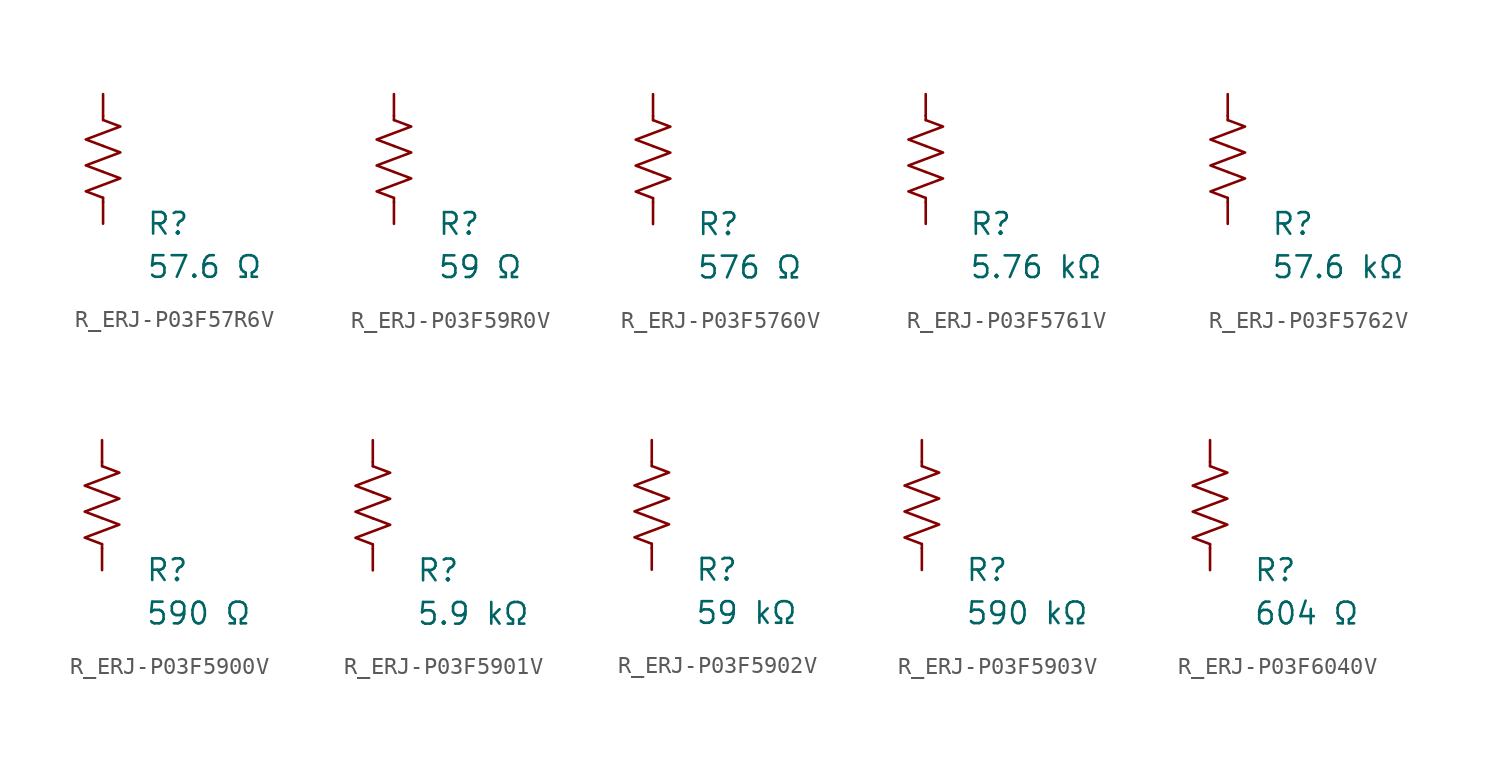
<source format=kicad_sym>
(kicad_symbol_lib
  (version 20231120)
  (generator "kicad_symbol_editor")
  (generator_version "8.0")
  (symbol "R_ERJ-P03F57R6V"
    (pin_numbers hide)
    (pin_names
      (offset 0))
    (property "Reference" "R"
      (at 2.54 -3.81 0)
      (effects (font (size 1.27 1.27)) (justify left))
      (show_name no))
    (property "Value" "57.6 Ω"
      (at 2.54 -6.35 0)
      (effects (font (size 1.27 1.27)) (justify left))
      (show_name no))
    (symbol "R_ERJ-P03F57R6V_0_1"
      (polyline (pts (xy 0 -2.286) (xy 0 -2.54)) (stroke (width 0) (type default)) (fill (type none)))
      (polyline (pts (xy 0 2.286) (xy 0 2.54)) (stroke (width 0) (type default)) (fill (type none)))
      (polyline (pts (xy 0 -0.762) (xy 1.016 -1.143) (xy 0 -1.524) (xy -1.016 -1.905) (xy 0 -2.286)) (stroke (width 0) (type default)) (fill (type none)))
      (polyline (pts (xy 0 0.762) (xy 1.016 0.381) (xy 0 0) (xy -1.016 -0.381) (xy 0 -0.762)) (stroke (width 0) (type default)) (fill (type none)))
      (polyline (pts (xy 0 2.286) (xy 1.016 1.905) (xy 0 1.524) (xy -1.016 1.143) (xy 0 0.762)) (stroke (width 0) (type default)) (fill (type none))))
    (symbol "R_ERJ-P03F57R6V_1_1"
      (pin passive line (at 0 3.81 270) (length 1.27) (name "~" (effects (font (size 1.27 1.27)))) (number "1" (effects (font (size 1.27 1.27)))))
      (pin passive line (at 0 -3.81 90) (length 1.27) (name "~" (effects (font (size 1.27 1.27)))) (number "2" (effects (font (size 1.27 1.27)))))))
  (symbol "R_ERJ-P03F59R0V"
    (pin_numbers hide)
    (pin_names
      (offset 0))
    (property "Reference" "R"
      (at 2.54 -3.81 0)
      (effects (font (size 1.27 1.27)) (justify left))
      (show_name no))
    (property "Value" "59 Ω"
      (at 2.54 -6.35 0)
      (effects (font (size 1.27 1.27)) (justify left))
      (show_name no))
    (symbol "R_ERJ-P03F59R0V_0_1"
      (polyline (pts (xy 0 -2.286) (xy 0 -2.54)) (stroke (width 0) (type default)) (fill (type none)))
      (polyline (pts (xy 0 2.286) (xy 0 2.54)) (stroke (width 0) (type default)) (fill (type none)))
      (polyline (pts (xy 0 -0.762) (xy 1.016 -1.143) (xy 0 -1.524) (xy -1.016 -1.905) (xy 0 -2.286)) (stroke (width 0) (type default)) (fill (type none)))
      (polyline (pts (xy 0 0.762) (xy 1.016 0.381) (xy 0 0) (xy -1.016 -0.381) (xy 0 -0.762)) (stroke (width 0) (type default)) (fill (type none)))
      (polyline (pts (xy 0 2.286) (xy 1.016 1.905) (xy 0 1.524) (xy -1.016 1.143) (xy 0 0.762)) (stroke (width 0) (type default)) (fill (type none))))
    (symbol "R_ERJ-P03F59R0V_1_1"
      (pin passive line (at 0 3.81 270) (length 1.27) (name "~" (effects (font (size 1.27 1.27)))) (number "1" (effects (font (size 1.27 1.27)))))
      (pin passive line (at 0 -3.81 90) (length 1.27) (name "~" (effects (font (size 1.27 1.27)))) (number "2" (effects (font (size 1.27 1.27)))))))
  (symbol "R_ERJ-P03F5760V"
    (pin_numbers hide)
    (pin_names
      (offset 0))
    (property "Reference" "R"
      (at 2.54 -3.81 0)
      (effects (font (size 1.27 1.27)) (justify left))
      (show_name no))
    (property "Value" "576 Ω"
      (at 2.54 -6.35 0)
      (effects (font (size 1.27 1.27)) (justify left))
      (show_name no))
    (symbol "R_ERJ-P03F5760V_0_1"
      (polyline (pts (xy 0 -2.286) (xy 0 -2.54)) (stroke (width 0) (type default)) (fill (type none)))
      (polyline (pts (xy 0 2.286) (xy 0 2.54)) (stroke (width 0) (type default)) (fill (type none)))
      (polyline (pts (xy 0 -0.762) (xy 1.016 -1.143) (xy 0 -1.524) (xy -1.016 -1.905) (xy 0 -2.286)) (stroke (width 0) (type default)) (fill (type none)))
      (polyline (pts (xy 0 0.762) (xy 1.016 0.381) (xy 0 0) (xy -1.016 -0.381) (xy 0 -0.762)) (stroke (width 0) (type default)) (fill (type none)))
      (polyline (pts (xy 0 2.286) (xy 1.016 1.905) (xy 0 1.524) (xy -1.016 1.143) (xy 0 0.762)) (stroke (width 0) (type default)) (fill (type none))))
    (symbol "R_ERJ-P03F5760V_1_1"
      (pin passive line (at 0 3.81 270) (length 1.27) (name "~" (effects (font (size 1.27 1.27)))) (number "1" (effects (font (size 1.27 1.27)))))
      (pin passive line (at 0 -3.81 90) (length 1.27) (name "~" (effects (font (size 1.27 1.27)))) (number "2" (effects (font (size 1.27 1.27)))))))
  (symbol "R_ERJ-P03F5761V"
    (pin_numbers hide)
    (pin_names
      (offset 0))
    (property "Reference" "R"
      (at 2.54 -3.81 0)
      (effects (font (size 1.27 1.27)) (justify left))
      (show_name no))
    (property "Value" "5.76 kΩ"
      (at 2.54 -6.35 0)
      (effects (font (size 1.27 1.27)) (justify left))
      (show_name no))
    (symbol "R_ERJ-P03F5761V_0_1"
      (polyline (pts (xy 0 -2.286) (xy 0 -2.54)) (stroke (width 0) (type default)) (fill (type none)))
      (polyline (pts (xy 0 2.286) (xy 0 2.54)) (stroke (width 0) (type default)) (fill (type none)))
      (polyline (pts (xy 0 -0.762) (xy 1.016 -1.143) (xy 0 -1.524) (xy -1.016 -1.905) (xy 0 -2.286)) (stroke (width 0) (type default)) (fill (type none)))
      (polyline (pts (xy 0 0.762) (xy 1.016 0.381) (xy 0 0) (xy -1.016 -0.381) (xy 0 -0.762)) (stroke (width 0) (type default)) (fill (type none)))
      (polyline (pts (xy 0 2.286) (xy 1.016 1.905) (xy 0 1.524) (xy -1.016 1.143) (xy 0 0.762)) (stroke (width 0) (type default)) (fill (type none))))
    (symbol "R_ERJ-P03F5761V_1_1"
      (pin passive line (at 0 3.81 270) (length 1.27) (name "~" (effects (font (size 1.27 1.27)))) (number "1" (effects (font (size 1.27 1.27)))))
      (pin passive line (at 0 -3.81 90) (length 1.27) (name "~" (effects (font (size 1.27 1.27)))) (number "2" (effects (font (size 1.27 1.27)))))))
  (symbol "R_ERJ-P03F5762V"
    (pin_numbers hide)
    (pin_names
      (offset 0))
    (property "Reference" "R"
      (at 2.54 -3.81 0)
      (effects (font (size 1.27 1.27)) (justify left))
      (show_name no))
    (property "Value" "57.6 kΩ"
      (at 2.54 -6.35 0)
      (effects (font (size 1.27 1.27)) (justify left))
      (show_name no))
    (symbol "R_ERJ-P03F5762V_0_1"
      (polyline (pts (xy 0 -2.286) (xy 0 -2.54)) (stroke (width 0) (type default)) (fill (type none)))
      (polyline (pts (xy 0 2.286) (xy 0 2.54)) (stroke (width 0) (type default)) (fill (type none)))
      (polyline (pts (xy 0 -0.762) (xy 1.016 -1.143) (xy 0 -1.524) (xy -1.016 -1.905) (xy 0 -2.286)) (stroke (width 0) (type default)) (fill (type none)))
      (polyline (pts (xy 0 0.762) (xy 1.016 0.381) (xy 0 0) (xy -1.016 -0.381) (xy 0 -0.762)) (stroke (width 0) (type default)) (fill (type none)))
      (polyline (pts (xy 0 2.286) (xy 1.016 1.905) (xy 0 1.524) (xy -1.016 1.143) (xy 0 0.762)) (stroke (width 0) (type default)) (fill (type none))))
    (symbol "R_ERJ-P03F5762V_1_1"
      (pin passive line (at 0 3.81 270) (length 1.27) (name "~" (effects (font (size 1.27 1.27)))) (number "1" (effects (font (size 1.27 1.27)))))
      (pin passive line (at 0 -3.81 90) (length 1.27) (name "~" (effects (font (size 1.27 1.27)))) (number "2" (effects (font (size 1.27 1.27)))))))
  (symbol "R_ERJ-P03F5900V"
    (pin_numbers hide)
    (pin_names
      (offset 0))
    (property "Reference" "R"
      (at 2.54 -3.81 0)
      (effects (font (size 1.27 1.27)) (justify left))
      (show_name no))
    (property "Value" "590 Ω"
      (at 2.54 -6.35 0)
      (effects (font (size 1.27 1.27)) (justify left))
      (show_name no))
    (symbol "R_ERJ-P03F5900V_0_1"
      (polyline (pts (xy 0 -2.286) (xy 0 -2.54)) (stroke (width 0) (type default)) (fill (type none)))
      (polyline (pts (xy 0 2.286) (xy 0 2.54)) (stroke (width 0) (type default)) (fill (type none)))
      (polyline (pts (xy 0 -0.762) (xy 1.016 -1.143) (xy 0 -1.524) (xy -1.016 -1.905) (xy 0 -2.286)) (stroke (width 0) (type default)) (fill (type none)))
      (polyline (pts (xy 0 0.762) (xy 1.016 0.381) (xy 0 0) (xy -1.016 -0.381) (xy 0 -0.762)) (stroke (width 0) (type default)) (fill (type none)))
      (polyline (pts (xy 0 2.286) (xy 1.016 1.905) (xy 0 1.524) (xy -1.016 1.143) (xy 0 0.762)) (stroke (width 0) (type default)) (fill (type none))))
    (symbol "R_ERJ-P03F5900V_1_1"
      (pin passive line (at 0 3.81 270) (length 1.27) (name "~" (effects (font (size 1.27 1.27)))) (number "1" (effects (font (size 1.27 1.27)))))
      (pin passive line (at 0 -3.81 90) (length 1.27) (name "~" (effects (font (size 1.27 1.27)))) (number "2" (effects (font (size 1.27 1.27)))))))
  (symbol "R_ERJ-P03F5901V"
    (pin_numbers hide)
    (pin_names
      (offset 0))
    (property "Reference" "R"
      (at 2.54 -3.81 0)
      (effects (font (size 1.27 1.27)) (justify left))
      (show_name no))
    (property "Value" "5.9 kΩ"
      (at 2.54 -6.35 0)
      (effects (font (size 1.27 1.27)) (justify left))
      (show_name no))
    (symbol "R_ERJ-P03F5901V_0_1"
      (polyline (pts (xy 0 -2.286) (xy 0 -2.54)) (stroke (width 0) (type default)) (fill (type none)))
      (polyline (pts (xy 0 2.286) (xy 0 2.54)) (stroke (width 0) (type default)) (fill (type none)))
      (polyline (pts (xy 0 -0.762) (xy 1.016 -1.143) (xy 0 -1.524) (xy -1.016 -1.905) (xy 0 -2.286)) (stroke (width 0) (type default)) (fill (type none)))
      (polyline (pts (xy 0 0.762) (xy 1.016 0.381) (xy 0 0) (xy -1.016 -0.381) (xy 0 -0.762)) (stroke (width 0) (type default)) (fill (type none)))
      (polyline (pts (xy 0 2.286) (xy 1.016 1.905) (xy 0 1.524) (xy -1.016 1.143) (xy 0 0.762)) (stroke (width 0) (type default)) (fill (type none))))
    (symbol "R_ERJ-P03F5901V_1_1"
      (pin passive line (at 0 3.81 270) (length 1.27) (name "~" (effects (font (size 1.27 1.27)))) (number "1" (effects (font (size 1.27 1.27)))))
      (pin passive line (at 0 -3.81 90) (length 1.27) (name "~" (effects (font (size 1.27 1.27)))) (number "2" (effects (font (size 1.27 1.27)))))))
  (symbol "R_ERJ-P03F5902V"
    (pin_numbers hide)
    (pin_names
      (offset 0))
    (property "Reference" "R"
      (at 2.54 -3.81 0)
      (effects (font (size 1.27 1.27)) (justify left))
      (show_name no))
    (property "Value" "59 kΩ"
      (at 2.54 -6.35 0)
      (effects (font (size 1.27 1.27)) (justify left))
      (show_name no))
    (symbol "R_ERJ-P03F5902V_0_1"
      (polyline (pts (xy 0 -2.286) (xy 0 -2.54)) (stroke (width 0) (type default)) (fill (type none)))
      (polyline (pts (xy 0 2.286) (xy 0 2.54)) (stroke (width 0) (type default)) (fill (type none)))
      (polyline (pts (xy 0 -0.762) (xy 1.016 -1.143) (xy 0 -1.524) (xy -1.016 -1.905) (xy 0 -2.286)) (stroke (width 0) (type default)) (fill (type none)))
      (polyline (pts (xy 0 0.762) (xy 1.016 0.381) (xy 0 0) (xy -1.016 -0.381) (xy 0 -0.762)) (stroke (width 0) (type default)) (fill (type none)))
      (polyline (pts (xy 0 2.286) (xy 1.016 1.905) (xy 0 1.524) (xy -1.016 1.143) (xy 0 0.762)) (stroke (width 0) (type default)) (fill (type none))))
    (symbol "R_ERJ-P03F5902V_1_1"
      (pin passive line (at 0 3.81 270) (length 1.27) (name "~" (effects (font (size 1.27 1.27)))) (number "1" (effects (font (size 1.27 1.27)))))
      (pin passive line (at 0 -3.81 90) (length 1.27) (name "~" (effects (font (size 1.27 1.27)))) (number "2" (effects (font (size 1.27 1.27)))))))
  (symbol "R_ERJ-P03F5903V"
    (pin_numbers hide)
    (pin_names
      (offset 0))
    (property "Reference" "R"
      (at 2.54 -3.81 0)
      (effects (font (size 1.27 1.27)) (justify left))
      (show_name no))
    (property "Value" "590 kΩ"
      (at 2.54 -6.35 0)
      (effects (font (size 1.27 1.27)) (justify left))
      (show_name no))
    (symbol "R_ERJ-P03F5903V_0_1"
      (polyline (pts (xy 0 -2.286) (xy 0 -2.54)) (stroke (width 0) (type default)) (fill (type none)))
      (polyline (pts (xy 0 2.286) (xy 0 2.54)) (stroke (width 0) (type default)) (fill (type none)))
      (polyline (pts (xy 0 -0.762) (xy 1.016 -1.143) (xy 0 -1.524) (xy -1.016 -1.905) (xy 0 -2.286)) (stroke (width 0) (type default)) (fill (type none)))
      (polyline (pts (xy 0 0.762) (xy 1.016 0.381) (xy 0 0) (xy -1.016 -0.381) (xy 0 -0.762)) (stroke (width 0) (type default)) (fill (type none)))
      (polyline (pts (xy 0 2.286) (xy 1.016 1.905) (xy 0 1.524) (xy -1.016 1.143) (xy 0 0.762)) (stroke (width 0) (type default)) (fill (type none))))
    (symbol "R_ERJ-P03F5903V_1_1"
      (pin passive line (at 0 3.81 270) (length 1.27) (name "~" (effects (font (size 1.27 1.27)))) (number "1" (effects (font (size 1.27 1.27)))))
      (pin passive line (at 0 -3.81 90) (length 1.27) (name "~" (effects (font (size 1.27 1.27)))) (number "2" (effects (font (size 1.27 1.27)))))))
  (symbol "R_ERJ-P03F6040V"
    (pin_numbers hide)
    (pin_names
      (offset 0))
    (property "Reference" "R"
      (at 2.54 -3.81 0)
      (effects (font (size 1.27 1.27)) (justify left))
      (show_name no))
    (property "Value" "604 Ω"
      (at 2.54 -6.35 0)
      (effects (font (size 1.27 1.27)) (justify left))
      (show_name no))
    (symbol "R_ERJ-P03F6040V_0_1"
      (polyline (pts (xy 0 -2.286) (xy 0 -2.54)) (stroke (width 0) (type default)) (fill (type none)))
      (polyline (pts (xy 0 2.286) (xy 0 2.54)) (stroke (width 0) (type default)) (fill (type none)))
      (polyline (pts (xy 0 -0.762) (xy 1.016 -1.143) (xy 0 -1.524) (xy -1.016 -1.905) (xy 0 -2.286)) (stroke (width 0) (type default)) (fill (type none)))
      (polyline (pts (xy 0 0.762) (xy 1.016 0.381) (xy 0 0) (xy -1.016 -0.381) (xy 0 -0.762)) (stroke (width 0) (type default)) (fill (type none)))
      (polyline (pts (xy 0 2.286) (xy 1.016 1.905) (xy 0 1.524) (xy -1.016 1.143) (xy 0 0.762)) (stroke (width 0) (type default)) (fill (type none))))
    (symbol "R_ERJ-P03F6040V_1_1"
      (pin passive line (at 0 3.81 270) (length 1.27) (name "~" (effects (font (size 1.27 1.27)))) (number "1" (effects (font (size 1.27 1.27)))))
      (pin passive line (at 0 -3.81 90) (length 1.27) (name "~" (effects (font (size 1.27 1.27)))) (number "2" (effects (font (size 1.27 1.27))))))))
</source>
